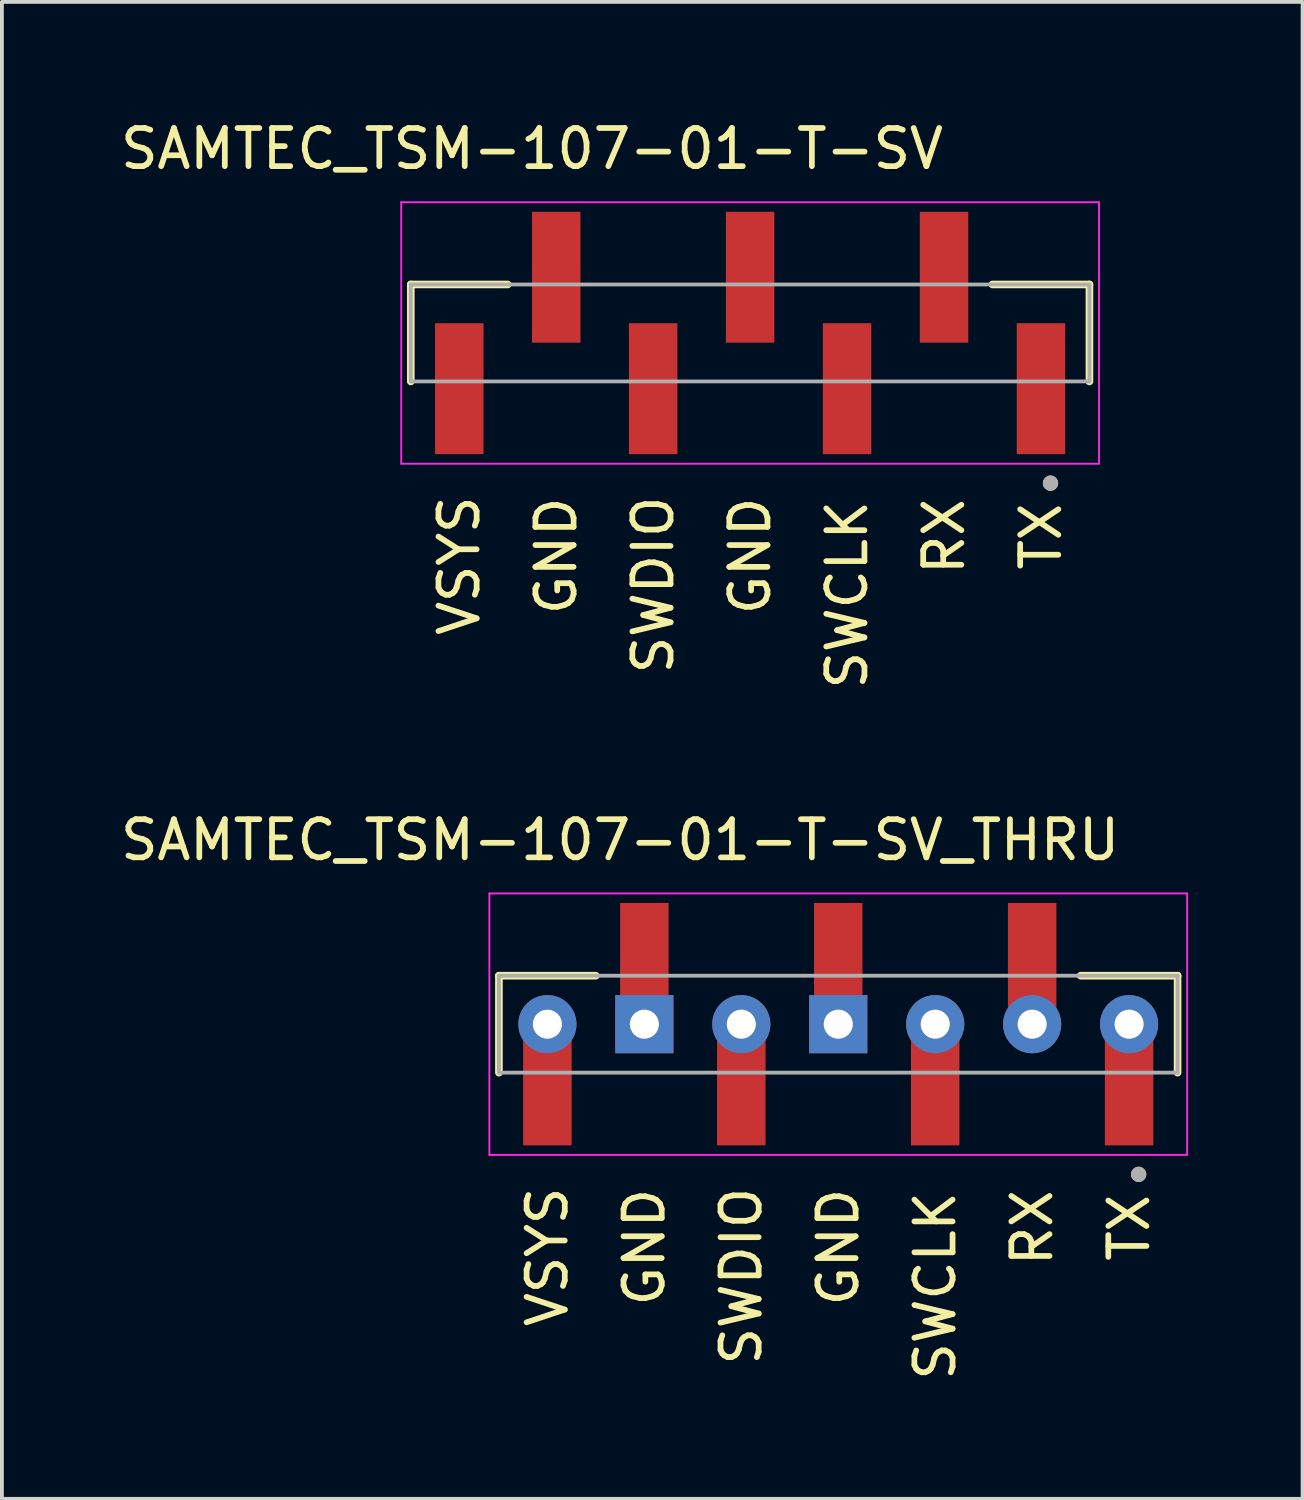
<source format=kicad_pcb>
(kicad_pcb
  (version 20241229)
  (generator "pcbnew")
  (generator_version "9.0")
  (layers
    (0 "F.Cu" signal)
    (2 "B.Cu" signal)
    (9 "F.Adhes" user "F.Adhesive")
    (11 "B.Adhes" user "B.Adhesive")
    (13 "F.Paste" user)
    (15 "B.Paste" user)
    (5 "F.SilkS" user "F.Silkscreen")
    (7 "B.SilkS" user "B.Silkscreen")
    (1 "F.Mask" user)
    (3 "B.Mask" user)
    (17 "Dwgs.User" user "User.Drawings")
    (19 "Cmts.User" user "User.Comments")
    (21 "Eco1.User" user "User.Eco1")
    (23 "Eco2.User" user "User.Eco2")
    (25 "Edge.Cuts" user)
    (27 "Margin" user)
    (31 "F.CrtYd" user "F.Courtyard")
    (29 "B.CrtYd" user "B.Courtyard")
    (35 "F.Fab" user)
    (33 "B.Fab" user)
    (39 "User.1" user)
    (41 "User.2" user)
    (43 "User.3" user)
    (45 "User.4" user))
  (footprint "SAMTEC_TSM-107-01-T-SV_THRU"
    (layer "F.Cu")
    (at 18.911 23.782)
    (property "Reference" "SAMTEC_TSM-107-01-T-SV_THRU" (at -5.715 -4.825 0) (layer "F.SilkS") (effects (font (size 1 1) (thickness 0.15))))
    (attr through_hole)
    (fp_line (start -8.89 -1.27) (end -6.35 -1.27) (stroke (width 0.2) (type solid)) (layer "F.SilkS"))
    (fp_line (start -8.89 1.27) (end -8.89 -1.27) (stroke (width 0.2) (type solid)) (layer "F.SilkS"))
    (fp_line (start 6.35 -1.27) (end 8.89 -1.27) (stroke (width 0.2) (type solid)) (layer "F.SilkS"))
    (fp_line (start 8.89 -1.27) (end 8.89 1.27) (stroke (width 0.2) (type solid)) (layer "F.SilkS"))
    (fp_circle (center 7.87 3.935) (end 7.97 3.935) (stroke (width 0.2) (type solid)) (fill no) (layer "F.SilkS"))
    (fp_line (start -9.14 -3.425) (end 9.14 -3.425) (stroke (width 0.05) (type solid)) (layer "F.CrtYd"))
    (fp_line (start -9.14 3.425) (end -9.14 -3.425) (stroke (width 0.05) (type solid)) (layer "F.CrtYd"))
    (fp_line (start 9.14 -3.425) (end 9.14 3.425) (stroke (width 0.05) (type solid)) (layer "F.CrtYd"))
    (fp_line (start 9.14 3.425) (end -9.14 3.425) (stroke (width 0.05) (type solid)) (layer "F.CrtYd"))
    (fp_line (start -8.89 -1.27) (end 8.89 -1.27) (stroke (width 0.1) (type solid)) (layer "F.Fab"))
    (fp_line (start -8.89 1.27) (end -8.89 -1.27) (stroke (width 0.1) (type solid)) (layer "F.Fab"))
    (fp_line (start 8.89 -1.27) (end 8.89 1.27) (stroke (width 0.1) (type solid)) (layer "F.Fab"))
    (fp_line (start 8.89 1.27) (end -8.89 1.27) (stroke (width 0.1) (type solid)) (layer "F.Fab"))
    (fp_circle (center 7.87 3.935) (end 7.97 3.935) (stroke (width 0.2) (type solid)) (fill no) (layer "F.Fab"))
    (fp_text user "TX" (at 7.62 5.334 90) (layer "F.SilkS") (effects (font (size 1 1) (thickness 0.15))))
    (fp_text user "GND" (at 0 5.842 90) (layer "F.SilkS") (effects (font (size 1 1) (thickness 0.15))))
    (fp_text user "GND" (at -5.08 5.842 90) (layer "F.SilkS") (effects (font (size 1 1) (thickness 0.15))))
    (fp_text user "SWCLK" (at 2.54 6.858 90) (layer "F.SilkS") (effects (font (size 1 1) (thickness 0.15))))
    (fp_text user "VSYS" (at -7.62 6.096 90) (layer "F.SilkS") (effects (font (size 1 1) (thickness 0.15))))
    (fp_text user "RX" (at 5.08 5.334 90) (layer "F.SilkS") (effects (font (size 1 1) (thickness 0.15))))
    (fp_text user "SWDIO" (at -2.54 6.604 90) (layer "F.SilkS") (effects (font (size 1 1) (thickness 0.15))))
    (pad "1" thru_hole circle (at 7.62 0) (size 1.524 1.524) (drill 0.762) (layers "*.Cu" "*.Mask"))
    (pad "1" smd rect (at 7.62 1.46) (size 1.27 3.43) (layers "F.Cu" "F.Mask"))
    (pad "2" smd rect (at 5.08 -1.46) (size 1.27 3.43) (layers "F.Cu" "F.Mask"))
    (pad "2" thru_hole circle (at 5.08 0) (size 1.524 1.524) (drill 0.762) (layers "*.Cu" "*.Mask"))
    (pad "3" thru_hole circle (at 2.54 0) (size 1.524 1.524) (drill 0.762) (layers "*.Cu" "*.Mask"))
    (pad "3" smd rect (at 2.54 1.46) (size 1.27 3.43) (layers "F.Cu" "F.Mask"))
    (pad "4" smd rect (at 0 -1.46) (size 1.27 3.43) (layers "F.Cu" "F.Mask"))
    (pad "4" thru_hole rect (at 0 0) (size 1.524 1.524) (drill 0.762) (layers "*.Cu" "*.Mask"))
    (pad "5" thru_hole circle (at -2.54 0) (size 1.524 1.524) (drill 0.762) (layers "*.Cu" "*.Mask"))
    (pad "5" smd rect (at -2.54 1.46) (size 1.27 3.43) (layers "F.Cu" "F.Mask"))
    (pad "6" smd rect (at -5.08 -1.46) (size 1.27 3.43) (layers "F.Cu" "F.Mask"))
    (pad "6" thru_hole rect (at -5.08 0) (size 1.524 1.524) (drill 0.762) (layers "*.Cu" "*.Mask"))
    (pad "7" thru_hole circle (at -7.62 0) (size 1.524 1.524) (drill 0.762) (layers "*.Cu" "*.Mask"))
    (pad "7" smd rect (at -7.62 1.46) (size 1.27 3.43) (layers "F.Cu" "F.Mask")))
  (footprint "SAMTEC_TSM-107-01-T-SV"
    (layer "F.Cu")
    (at 16.602 5.673)
    (property "Reference" "SAMTEC_TSM-107-01-T-SV" (at -5.715 -4.825 0) (layer "F.SilkS") (effects (font (size 1 1) (thickness 0.15))))
    (attr through_hole)
    (fp_line (start -8.89 -1.27) (end -6.35 -1.27) (stroke (width 0.2) (type solid)) (layer "F.SilkS"))
    (fp_line (start -8.89 1.27) (end -8.89 -1.27) (stroke (width 0.2) (type solid)) (layer "F.SilkS"))
    (fp_line (start 6.35 -1.27) (end 8.89 -1.27) (stroke (width 0.2) (type solid)) (layer "F.SilkS"))
    (fp_line (start 8.89 -1.27) (end 8.89 1.27) (stroke (width 0.2) (type solid)) (layer "F.SilkS"))
    (fp_circle (center 7.87 3.935) (end 7.97 3.935) (stroke (width 0.2) (type solid)) (fill no) (layer "F.SilkS"))
    (fp_line (start -9.14 -3.425) (end 9.14 -3.425) (stroke (width 0.05) (type solid)) (layer "F.CrtYd"))
    (fp_line (start -9.14 3.425) (end -9.14 -3.425) (stroke (width 0.05) (type solid)) (layer "F.CrtYd"))
    (fp_line (start 9.14 -3.425) (end 9.14 3.425) (stroke (width 0.05) (type solid)) (layer "F.CrtYd"))
    (fp_line (start 9.14 3.425) (end -9.14 3.425) (stroke (width 0.05) (type solid)) (layer "F.CrtYd"))
    (fp_line (start -8.89 -1.27) (end 8.89 -1.27) (stroke (width 0.1) (type solid)) (layer "F.Fab"))
    (fp_line (start -8.89 1.27) (end -8.89 -1.27) (stroke (width 0.1) (type solid)) (layer "F.Fab"))
    (fp_line (start 8.89 -1.27) (end 8.89 1.27) (stroke (width 0.1) (type solid)) (layer "F.Fab"))
    (fp_line (start 8.89 1.27) (end -8.89 1.27) (stroke (width 0.1) (type solid)) (layer "F.Fab"))
    (fp_circle (center 7.87 3.935) (end 7.97 3.935) (stroke (width 0.2) (type solid)) (fill no) (layer "F.Fab"))
    (fp_text user "SWDIO" (at -2.54 6.604 90) (layer "F.SilkS") (effects (font (size 1 1) (thickness 0.15))))
    (fp_text user "RX" (at 5.08 5.334 90) (layer "F.SilkS") (effects (font (size 1 1) (thickness 0.15))))
    (fp_text user "VSYS" (at -7.62 6.096 90) (layer "F.SilkS") (effects (font (size 1 1) (thickness 0.15))))
    (fp_text user "GND" (at -5.08 5.842 90) (layer "F.SilkS") (effects (font (size 1 1) (thickness 0.15))))
    (fp_text user "SWCLK" (at 2.54 6.858 90) (layer "F.SilkS") (effects (font (size 1 1) (thickness 0.15))))
    (fp_text user "GND" (at 0 5.842 90) (layer "F.SilkS") (effects (font (size 1 1) (thickness 0.15))))
    (fp_text user "TX" (at 7.62 5.334 90) (layer "F.SilkS") (effects (font (size 1 1) (thickness 0.15))))
    (pad "01" smd rect (at 7.62 1.46) (size 1.27 3.43) (layers "F.Cu" "F.Mask" "F.Paste"))
    (pad "02" smd rect (at 5.08 -1.46) (size 1.27 3.43) (layers "F.Cu" "F.Mask" "F.Paste"))
    (pad "03" smd rect (at 2.54 1.46) (size 1.27 3.43) (layers "F.Cu" "F.Mask" "F.Paste"))
    (pad "04" smd rect (at 0 -1.46) (size 1.27 3.43) (layers "F.Cu" "F.Mask" "F.Paste"))
    (pad "05" smd rect (at -2.54 1.46) (size 1.27 3.43) (layers "F.Cu" "F.Mask" "F.Paste"))
    (pad "06" smd rect (at -5.08 -1.46) (size 1.27 3.43) (layers "F.Cu" "F.Mask" "F.Paste"))
    (pad "07" smd rect (at -7.62 1.46) (size 1.27 3.43) (layers "F.Cu" "F.Mask" "F.Paste")))
  (gr_rect
    (start -3 -3)
    (end 31.076 36.217)
    (stroke (width 0.1) (type default))
    (fill no)
    (layer "Edge.Cuts")))
</source>
